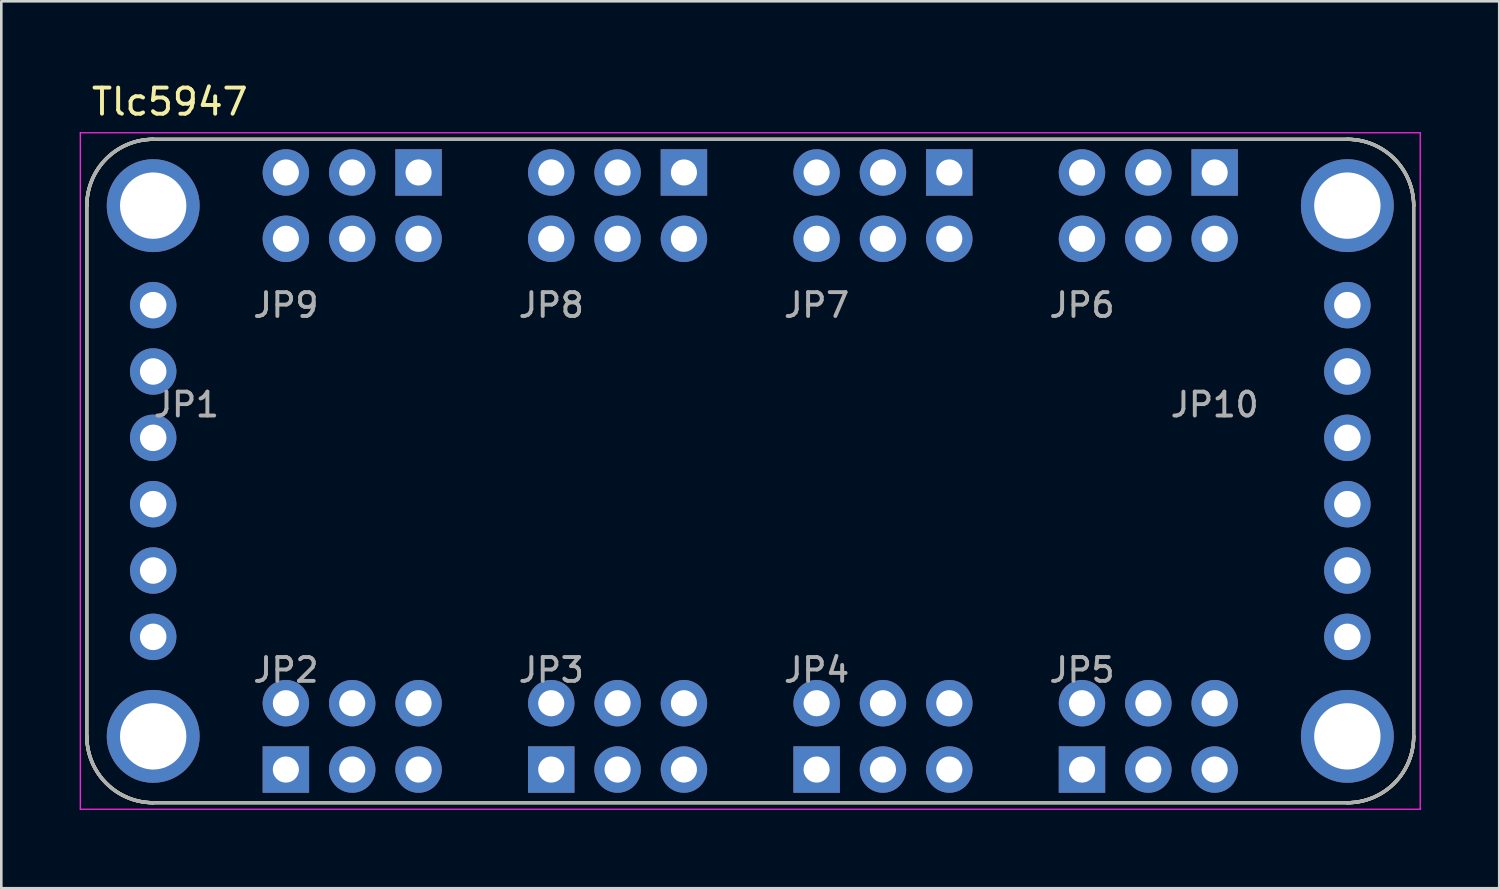
<source format=kicad_pcb>
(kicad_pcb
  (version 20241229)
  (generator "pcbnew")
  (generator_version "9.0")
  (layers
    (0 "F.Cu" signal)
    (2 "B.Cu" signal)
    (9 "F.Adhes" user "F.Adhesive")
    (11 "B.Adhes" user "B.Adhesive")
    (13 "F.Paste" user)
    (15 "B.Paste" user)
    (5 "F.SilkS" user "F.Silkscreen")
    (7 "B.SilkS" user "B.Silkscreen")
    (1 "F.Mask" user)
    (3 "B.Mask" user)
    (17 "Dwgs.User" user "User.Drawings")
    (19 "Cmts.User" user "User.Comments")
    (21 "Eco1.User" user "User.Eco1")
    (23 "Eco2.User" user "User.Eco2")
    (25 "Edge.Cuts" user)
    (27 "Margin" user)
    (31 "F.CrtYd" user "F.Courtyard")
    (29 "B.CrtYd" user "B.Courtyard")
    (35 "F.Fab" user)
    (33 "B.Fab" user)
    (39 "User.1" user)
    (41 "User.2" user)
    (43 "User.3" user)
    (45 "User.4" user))
  (footprint "Tlc5947"
    (layer "F.Cu")
    (at 25.675 14.983)
    (property "Reference" "Tlc5947" (at -22.225 -14.135 0) (layer "F.SilkS") (effects (font (size 1 1) (thickness 0.15))))
    (attr through_hole)
    (fp_line (start -25.4 -10.16) (end -25.4 10.16) (stroke (width 0.127) (type solid)) (layer "F.SilkS"))
    (fp_line (start -22.86 12.7) (end 22.86 12.7) (stroke (width 0.127) (type solid)) (layer "F.SilkS"))
    (fp_line (start 22.86 -12.7) (end -22.86 -12.7) (stroke (width 0.127) (type solid)) (layer "F.SilkS"))
    (fp_line (start 25.4 10.16) (end 25.4 -10.16) (stroke (width 0.127) (type solid)) (layer "F.SilkS"))
    (fp_arc (start -25.4 -10.16) (mid -24.656051 -11.956051) (end -22.86 -12.7) (stroke (width 0.127) (type solid)) (layer "F.SilkS"))
    (fp_arc (start -25.4 -10.16) (mid -24.656051 -11.956051) (end -22.86 -12.7) (stroke (width 0.127) (type solid)) (layer "F.SilkS"))
    (fp_arc (start -22.86 12.7) (mid -24.656051 11.956051) (end -25.4 10.16) (stroke (width 0.127) (type solid)) (layer "F.SilkS"))
    (fp_arc (start -22.86 12.7) (mid -24.656051 11.956051) (end -25.4 10.16) (stroke (width 0.127) (type solid)) (layer "F.SilkS"))
    (fp_arc (start 22.86 -12.7) (mid 24.656051 -11.956051) (end 25.4 -10.16) (stroke (width 0.127) (type solid)) (layer "F.SilkS"))
    (fp_arc (start 22.86 -12.7) (mid 24.656051 -11.956051) (end 25.4 -10.16) (stroke (width 0.127) (type solid)) (layer "F.SilkS"))
    (fp_arc (start 25.4 10.16) (mid 24.656051 11.956051) (end 22.86 12.7) (stroke (width 0.127) (type solid)) (layer "F.SilkS"))
    (fp_arc (start 25.4 10.16) (mid 24.656051 11.956051) (end 22.86 12.7) (stroke (width 0.127) (type solid)) (layer "F.SilkS"))
    (fp_line (start -25.65 -12.95) (end -25.65 12.95) (stroke (width 0.05) (type solid)) (layer "F.CrtYd"))
    (fp_line (start -25.65 12.95) (end 25.65 12.95) (stroke (width 0.05) (type solid)) (layer "F.CrtYd"))
    (fp_line (start 25.65 -12.95) (end -25.65 -12.95) (stroke (width 0.05) (type solid)) (layer "F.CrtYd"))
    (fp_line (start 25.65 12.95) (end 25.65 -12.95) (stroke (width 0.05) (type solid)) (layer "F.CrtYd"))
    (fp_line (start -25.4 -10.16) (end -25.4 10.16) (stroke (width 0.127) (type solid)) (layer "F.Fab"))
    (fp_line (start -22.86 12.7) (end 22.86 12.7) (stroke (width 0.127) (type solid)) (layer "F.Fab"))
    (fp_line (start 22.86 -12.7) (end -22.86 -12.7) (stroke (width 0.127) (type solid)) (layer "F.Fab"))
    (fp_line (start 25.4 10.16) (end 25.4 -10.16) (stroke (width 0.127) (type solid)) (layer "F.Fab"))
    (fp_arc (start -25.4 -10.16) (mid -24.656051 -11.956051) (end -22.86 -12.7) (stroke (width 0.127) (type solid)) (layer "F.Fab"))
    (fp_arc (start -25.4 -10.16) (mid -24.656051 -11.956051) (end -22.86 -12.7) (stroke (width 0.127) (type solid)) (layer "F.Fab"))
    (fp_arc (start -22.86 12.7) (mid -24.656051 11.956051) (end -25.4 10.16) (stroke (width 0.127) (type solid)) (layer "F.Fab"))
    (fp_arc (start -22.86 12.7) (mid -24.656051 11.956051) (end -25.4 10.16) (stroke (width 0.127) (type solid)) (layer "F.Fab"))
    (fp_arc (start 22.86 -12.7) (mid 24.656051 -11.956051) (end 25.4 -10.16) (stroke (width 0.127) (type solid)) (layer "F.Fab"))
    (fp_arc (start 22.86 -12.7) (mid 24.656051 -11.956051) (end 25.4 -10.16) (stroke (width 0.127) (type solid)) (layer "F.Fab"))
    (fp_arc (start 25.4 10.16) (mid 24.656051 11.956051) (end 22.86 12.7) (stroke (width 0.127) (type solid)) (layer "F.Fab"))
    (fp_arc (start 25.4 10.16) (mid 24.656051 11.956051) (end 22.86 12.7) (stroke (width 0.127) (type solid)) (layer "F.Fab"))
    (fp_text user "JP5" (at 12.7 7.62 0) (layer "F.Fab") (effects (font (size 0.913 0.913) (thickness 0.15))))
    (fp_text user "JP3" (at -7.62 7.62 0) (layer "F.Fab") (effects (font (size 0.913 0.913) (thickness 0.15))))
    (fp_text user "JP1" (at -21.59 -2.54 0) (layer "F.Fab") (effects (font (size 0.913 0.913) (thickness 0.15))))
    (fp_text user "JP2" (at -17.78 7.62 0) (layer "F.Fab") (effects (font (size 0.913 0.913) (thickness 0.15))))
    (fp_text user "JP9" (at -17.78 -6.35 0) (layer "F.Fab") (effects (font (size 0.913 0.913) (thickness 0.15))))
    (fp_text user "JP7" (at 2.54 -6.35 0) (layer "F.Fab") (effects (font (size 0.913 0.913) (thickness 0.15))))
    (fp_text user "JP10" (at 17.78 -2.54 0) (layer "F.Fab") (effects (font (size 0.913 0.913) (thickness 0.15))))
    (fp_text user "JP6" (at 12.7 -6.35 0) (layer "F.Fab") (effects (font (size 0.913 0.913) (thickness 0.15))))
    (fp_text user "JP8" (at -7.62 -6.35 0) (layer "F.Fab") (effects (font (size 0.913 0.913) (thickness 0.15))))
    (fp_text user "JP4" (at 2.54 7.62 0) (layer "F.Fab") (effects (font (size 0.913 0.913) (thickness 0.15))))
    (pad "JP1_1" thru_hole circle (at -22.86 -6.35) (size 1.778 1.778) (drill 1.016) (layers "*.Cu" "*.Mask"))
    (pad "JP1_2" thru_hole circle (at -22.86 -3.81) (size 1.778 1.778) (drill 1.016) (layers "*.Cu" "*.Mask"))
    (pad "JP1_3" thru_hole circle (at -22.86 -1.27) (size 1.778 1.778) (drill 1.016) (layers "*.Cu" "*.Mask"))
    (pad "JP1_4" thru_hole circle (at -22.86 1.27) (size 1.778 1.778) (drill 1.016) (layers "*.Cu" "*.Mask"))
    (pad "JP1_5" thru_hole circle (at -22.86 3.81) (size 1.778 1.778) (drill 1.016) (layers "*.Cu" "*.Mask"))
    (pad "JP1_6" thru_hole circle (at -22.86 6.35) (size 1.778 1.778) (drill 1.016) (layers "*.Cu" "*.Mask"))
    (pad "JP2_1" thru_hole rect (at -17.78 11.43) (size 1.778 1.778) (drill 1) (layers "*.Cu" "*.Mask"))
    (pad "JP2_2" thru_hole circle (at -17.78 8.89) (size 1.778 1.778) (drill 1) (layers "*.Cu" "*.Mask"))
    (pad "JP2_3" thru_hole circle (at -15.24 11.43) (size 1.778 1.778) (drill 1) (layers "*.Cu" "*.Mask"))
    (pad "JP2_4" thru_hole circle (at -15.24 8.89) (size 1.778 1.778) (drill 1) (layers "*.Cu" "*.Mask"))
    (pad "JP2_5" thru_hole circle (at -12.7 11.43) (size 1.778 1.778) (drill 1) (layers "*.Cu" "*.Mask"))
    (pad "JP2_6" thru_hole circle (at -12.7 8.89) (size 1.778 1.778) (drill 1) (layers "*.Cu" "*.Mask"))
    (pad "JP3_1" thru_hole rect (at -7.62 11.43) (size 1.778 1.778) (drill 1) (layers "*.Cu" "*.Mask"))
    (pad "JP3_2" thru_hole circle (at -7.62 8.89) (size 1.778 1.778) (drill 1) (layers "*.Cu" "*.Mask"))
    (pad "JP3_3" thru_hole circle (at -5.08 11.43) (size 1.778 1.778) (drill 1) (layers "*.Cu" "*.Mask"))
    (pad "JP3_4" thru_hole circle (at -5.08 8.89) (size 1.778 1.778) (drill 1) (layers "*.Cu" "*.Mask"))
    (pad "JP3_5" thru_hole circle (at -2.54 11.43) (size 1.778 1.778) (drill 1) (layers "*.Cu" "*.Mask"))
    (pad "JP3_6" thru_hole circle (at -2.54 8.89) (size 1.778 1.778) (drill 1) (layers "*.Cu" "*.Mask"))
    (pad "JP4_1" thru_hole rect (at 2.54 11.43) (size 1.778 1.778) (drill 1) (layers "*.Cu" "*.Mask"))
    (pad "JP4_2" thru_hole circle (at 2.54 8.89) (size 1.778 1.778) (drill 1) (layers "*.Cu" "*.Mask"))
    (pad "JP4_3" thru_hole circle (at 5.08 11.43) (size 1.778 1.778) (drill 1) (layers "*.Cu" "*.Mask"))
    (pad "JP4_4" thru_hole circle (at 5.08 8.89) (size 1.778 1.778) (drill 1) (layers "*.Cu" "*.Mask"))
    (pad "JP4_5" thru_hole circle (at 7.62 11.43) (size 1.778 1.778) (drill 1) (layers "*.Cu" "*.Mask"))
    (pad "JP4_6" thru_hole circle (at 7.62 8.89) (size 1.778 1.778) (drill 1) (layers "*.Cu" "*.Mask"))
    (pad "JP5_1" thru_hole rect (at 12.7 11.43) (size 1.778 1.778) (drill 1) (layers "*.Cu" "*.Mask"))
    (pad "JP5_2" thru_hole circle (at 12.7 8.89) (size 1.778 1.778) (drill 1) (layers "*.Cu" "*.Mask"))
    (pad "JP5_3" thru_hole circle (at 15.24 11.43) (size 1.778 1.778) (drill 1) (layers "*.Cu" "*.Mask"))
    (pad "JP5_4" thru_hole circle (at 15.24 8.89) (size 1.778 1.778) (drill 1) (layers "*.Cu" "*.Mask"))
    (pad "JP5_5" thru_hole circle (at 17.78 11.43) (size 1.778 1.778) (drill 1) (layers "*.Cu" "*.Mask"))
    (pad "JP5_6" thru_hole circle (at 17.78 8.89) (size 1.778 1.778) (drill 1) (layers "*.Cu" "*.Mask"))
    (pad "JP6_1" thru_hole rect (at 17.78 -11.43) (size 1.778 1.778) (drill 1) (layers "*.Cu" "*.Mask"))
    (pad "JP6_2" thru_hole circle (at 17.78 -8.89) (size 1.778 1.778) (drill 1) (layers "*.Cu" "*.Mask"))
    (pad "JP6_3" thru_hole circle (at 15.24 -11.43) (size 1.778 1.778) (drill 1) (layers "*.Cu" "*.Mask"))
    (pad "JP6_4" thru_hole circle (at 15.24 -8.89) (size 1.778 1.778) (drill 1) (layers "*.Cu" "*.Mask"))
    (pad "JP6_5" thru_hole circle (at 12.7 -11.43) (size 1.778 1.778) (drill 1) (layers "*.Cu" "*.Mask"))
    (pad "JP6_6" thru_hole circle (at 12.7 -8.89) (size 1.778 1.778) (drill 1) (layers "*.Cu" "*.Mask"))
    (pad "JP7_1" thru_hole rect (at 7.62 -11.43) (size 1.778 1.778) (drill 1) (layers "*.Cu" "*.Mask"))
    (pad "JP7_2" thru_hole circle (at 7.62 -8.89) (size 1.778 1.778) (drill 1) (layers "*.Cu" "*.Mask"))
    (pad "JP7_3" thru_hole circle (at 5.08 -11.43) (size 1.778 1.778) (drill 1) (layers "*.Cu" "*.Mask"))
    (pad "JP7_4" thru_hole circle (at 5.08 -8.89) (size 1.778 1.778) (drill 1) (layers "*.Cu" "*.Mask"))
    (pad "JP7_5" thru_hole circle (at 2.54 -11.43) (size 1.778 1.778) (drill 1) (layers "*.Cu" "*.Mask"))
    (pad "JP7_6" thru_hole circle (at 2.54 -8.89) (size 1.778 1.778) (drill 1) (layers "*.Cu" "*.Mask"))
    (pad "JP8_1" thru_hole rect (at -2.54 -11.43) (size 1.778 1.778) (drill 1) (layers "*.Cu" "*.Mask"))
    (pad "JP8_2" thru_hole circle (at -2.54 -8.89) (size 1.778 1.778) (drill 1) (layers "*.Cu" "*.Mask"))
    (pad "JP8_3" thru_hole circle (at -5.08 -11.43) (size 1.778 1.778) (drill 1) (layers "*.Cu" "*.Mask"))
    (pad "JP8_4" thru_hole circle (at -5.08 -8.89) (size 1.778 1.778) (drill 1) (layers "*.Cu" "*.Mask"))
    (pad "JP8_5" thru_hole circle (at -7.62 -11.43) (size 1.778 1.778) (drill 1) (layers "*.Cu" "*.Mask"))
    (pad "JP8_6" thru_hole circle (at -7.62 -8.89) (size 1.778 1.778) (drill 1) (layers "*.Cu" "*.Mask"))
    (pad "JP9_1" thru_hole rect (at -12.7 -11.43) (size 1.778 1.778) (drill 1) (layers "*.Cu" "*.Mask"))
    (pad "JP9_2" thru_hole circle (at -12.7 -8.89) (size 1.778 1.778) (drill 1) (layers "*.Cu" "*.Mask"))
    (pad "JP9_3" thru_hole circle (at -15.24 -11.43) (size 1.778 1.778) (drill 1) (layers "*.Cu" "*.Mask"))
    (pad "JP9_4" thru_hole circle (at -15.24 -8.89) (size 1.778 1.778) (drill 1) (layers "*.Cu" "*.Mask"))
    (pad "JP9_5" thru_hole circle (at -17.78 -11.43) (size 1.778 1.778) (drill 1) (layers "*.Cu" "*.Mask"))
    (pad "JP9_6" thru_hole circle (at -17.78 -8.89) (size 1.778 1.778) (drill 1) (layers "*.Cu" "*.Mask"))
    (pad "JP10_1" thru_hole circle (at 22.86 -6.35) (size 1.778 1.778) (drill 1.016) (layers "*.Cu" "*.Mask"))
    (pad "JP10_2" thru_hole circle (at 22.86 -3.81) (size 1.778 1.778) (drill 1.016) (layers "*.Cu" "*.Mask"))
    (pad "JP10_3" thru_hole circle (at 22.86 -1.27) (size 1.778 1.778) (drill 1.016) (layers "*.Cu" "*.Mask"))
    (pad "JP10_4" thru_hole circle (at 22.86 1.27) (size 1.778 1.778) (drill 1.016) (layers "*.Cu" "*.Mask"))
    (pad "JP10_5" thru_hole circle (at 22.86 3.81) (size 1.778 1.778) (drill 1.016) (layers "*.Cu" "*.Mask"))
    (pad "JP10_6" thru_hole circle (at 22.86 6.35) (size 1.778 1.778) (drill 1.016) (layers "*.Cu" "*.Mask"))
    (pad "S1" thru_hole circle (at -22.86 -10.16) (size 3.556 3.556) (drill 2.54) (layers "*.Cu" "*.Mask"))
    (pad "S2" thru_hole circle (at 22.86 -10.16) (size 3.556 3.556) (drill 2.54) (layers "*.Cu" "*.Mask"))
    (pad "S3" thru_hole circle (at -22.86 10.16) (size 3.556 3.556) (drill 2.54) (layers "*.Cu" "*.Mask"))
    (pad "S4" thru_hole circle (at 22.86 10.16) (size 3.556 3.556) (drill 2.54) (layers "*.Cu" "*.Mask")))
  (gr_rect
    (start -3 -3)
    (end 54.35 30.958)
    (stroke (width 0.1) (type default))
    (fill no)
    (layer "Edge.Cuts")))
</source>
